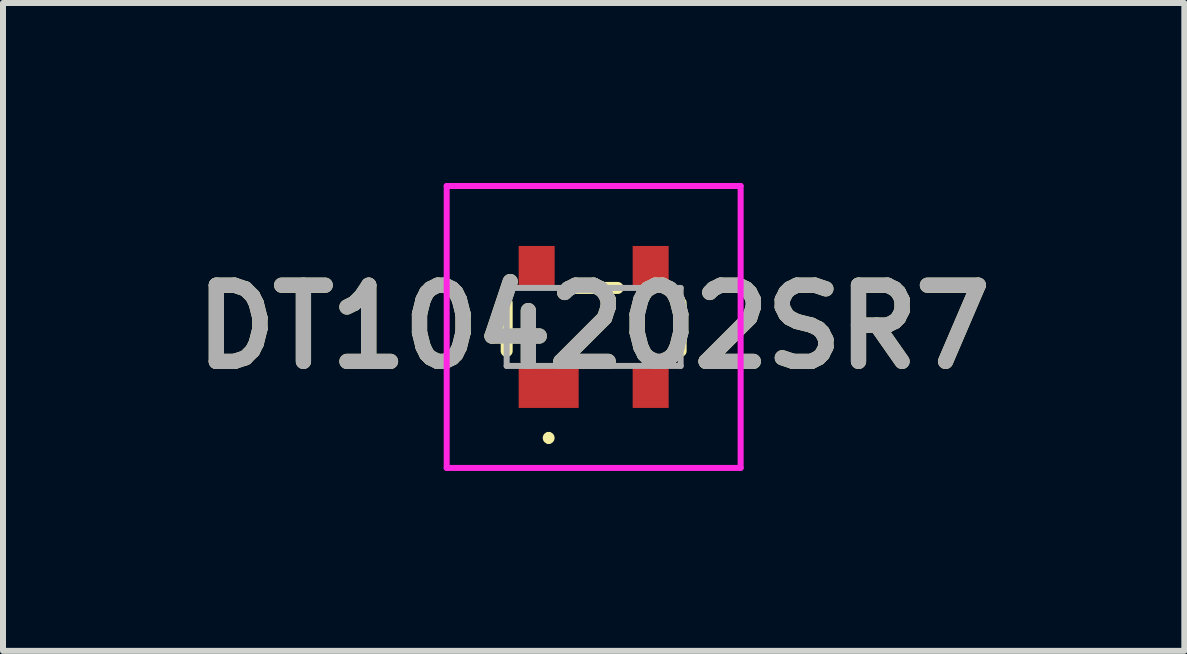
<source format=kicad_pcb>
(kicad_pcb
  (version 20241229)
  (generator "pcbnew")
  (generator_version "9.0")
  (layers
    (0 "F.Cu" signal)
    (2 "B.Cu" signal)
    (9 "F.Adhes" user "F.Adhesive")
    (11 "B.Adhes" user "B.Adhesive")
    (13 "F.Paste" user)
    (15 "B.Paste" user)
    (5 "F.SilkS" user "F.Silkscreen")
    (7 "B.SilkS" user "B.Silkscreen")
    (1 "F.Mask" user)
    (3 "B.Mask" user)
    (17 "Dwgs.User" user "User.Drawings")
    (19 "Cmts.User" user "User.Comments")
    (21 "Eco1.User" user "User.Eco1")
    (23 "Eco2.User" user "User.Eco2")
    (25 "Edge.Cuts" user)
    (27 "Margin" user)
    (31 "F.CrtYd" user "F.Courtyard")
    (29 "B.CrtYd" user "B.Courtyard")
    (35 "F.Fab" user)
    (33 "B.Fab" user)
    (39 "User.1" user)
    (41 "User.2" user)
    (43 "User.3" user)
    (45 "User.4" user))
  (footprint "DT104202SR7"
    (layer "F.Cu")
    (at 6.846 2.4)
    (property "Reference" "DT104202SR7" (at 0 0 0) (layer "F.SilkS") (effects (font (size 1.27 1.27) (thickness 0.254))))
    (attr smd)
    (fp_line (start -1.45 -0.4) (end -1.45 0.4) (stroke (width 0.2) (type solid)) (layer "F.SilkS"))
    (fp_line (start -0.75 1.8) (end -0.75 1.8) (stroke (width 0.1) (type solid)) (layer "F.SilkS"))
    (fp_line (start -0.75 1.9) (end -0.75 1.9) (stroke (width 0.1) (type solid)) (layer "F.SilkS"))
    (fp_line (start -0.4 -0.65) (end 0.4 -0.65) (stroke (width 0.2) (type solid)) (layer "F.SilkS"))
    (fp_line (start 1.45 -0.4) (end 1.45 0.4) (stroke (width 0.2) (type solid)) (layer "F.SilkS"))
    (fp_arc (start -0.75 1.8) (mid -0.7 1.85) (end -0.75 1.9) (stroke (width 0.1) (type solid)) (layer "F.SilkS"))
    (fp_arc (start -0.75 1.9) (mid -0.8 1.85) (end -0.75 1.8) (stroke (width 0.1) (type solid)) (layer "F.SilkS"))
    (fp_line (start -2.45 -2.35) (end 2.45 -2.35) (stroke (width 0.1) (type solid)) (layer "F.CrtYd"))
    (fp_line (start -2.45 2.35) (end -2.45 -2.35) (stroke (width 0.1) (type solid)) (layer "F.CrtYd"))
    (fp_line (start 2.45 -2.35) (end 2.45 2.35) (stroke (width 0.1) (type solid)) (layer "F.CrtYd"))
    (fp_line (start 2.45 2.35) (end -2.45 2.35) (stroke (width 0.1) (type solid)) (layer "F.CrtYd"))
    (fp_line (start -1.45 -0.65) (end -1.45 0.65) (stroke (width 0.1) (type solid)) (layer "F.Fab"))
    (fp_line (start -1.45 0.65) (end 1.45 0.65) (stroke (width 0.1) (type solid)) (layer "F.Fab"))
    (fp_line (start 1.45 -0.65) (end -1.45 -0.65) (stroke (width 0.1) (type solid)) (layer "F.Fab"))
    (fp_line (start 1.45 0.65) (end 1.45 -0.65) (stroke (width 0.1) (type solid)) (layer "F.Fab"))
    (fp_text user "${REFERENCE}" (at 0 0 0) (layer "F.Fab") (effects (font (size 1.27 1.27) (thickness 0.254))))
    (pad "1" smd rect (at -0.75 1 90) (size 0.7 1) (layers "F.Cu" "F.Mask" "F.Paste"))
    (pad "2" smd rect (at 0.95 1) (size 0.6 0.7) (layers "F.Cu" "F.Mask" "F.Paste"))
    (pad "3" smd rect (at 0.95 -1) (size 0.6 0.7) (layers "F.Cu" "F.Mask" "F.Paste"))
    (pad "4" smd rect (at -0.95 -1) (size 0.6 0.7) (layers "F.Cu" "F.Mask" "F.Paste")))
  (gr_rect
    (start -3 -3)
    (end 16.692 7.8)
    (stroke (width 0.1) (type default))
    (fill no)
    (layer "Edge.Cuts")))
</source>
